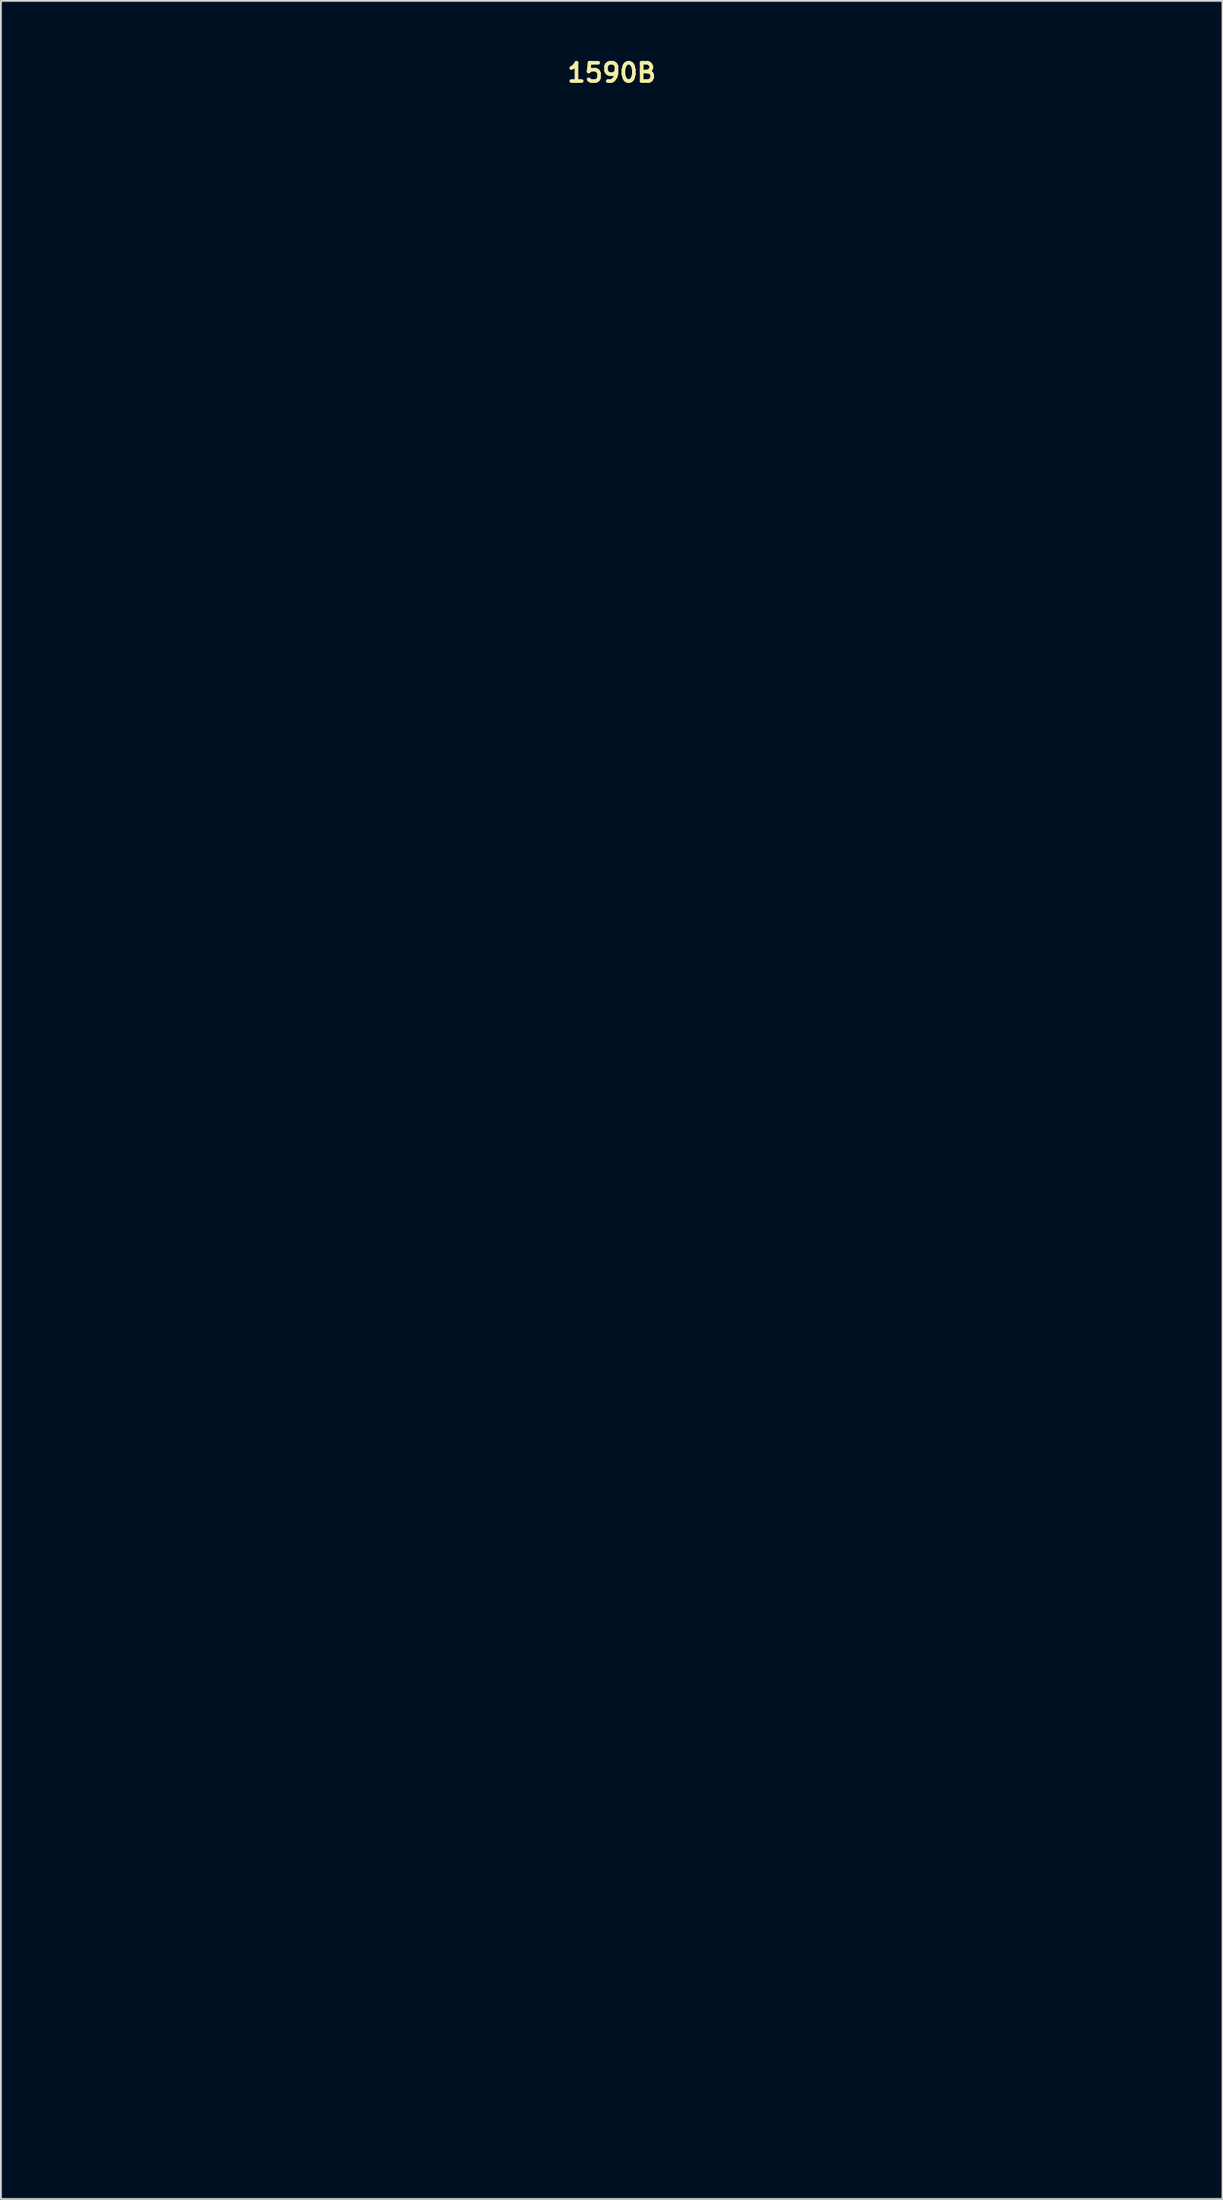
<source format=kicad_pcb>
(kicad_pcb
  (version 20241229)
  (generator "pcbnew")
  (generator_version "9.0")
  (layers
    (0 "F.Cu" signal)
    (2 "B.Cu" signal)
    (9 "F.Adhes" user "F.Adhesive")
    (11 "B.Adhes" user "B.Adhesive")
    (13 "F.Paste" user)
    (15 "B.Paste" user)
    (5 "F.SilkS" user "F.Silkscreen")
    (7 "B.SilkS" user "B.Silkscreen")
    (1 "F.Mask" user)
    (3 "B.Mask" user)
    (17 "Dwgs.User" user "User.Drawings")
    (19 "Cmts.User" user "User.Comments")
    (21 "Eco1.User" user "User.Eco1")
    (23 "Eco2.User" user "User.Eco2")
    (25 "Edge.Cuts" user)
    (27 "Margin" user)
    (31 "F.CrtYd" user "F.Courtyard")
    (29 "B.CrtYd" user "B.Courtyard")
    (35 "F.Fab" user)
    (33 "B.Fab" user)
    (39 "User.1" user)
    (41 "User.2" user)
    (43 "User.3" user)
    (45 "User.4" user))
  (footprint "1590B"
    (layer "F.Cu")
    (at 30.45 57.959)
    (property "Reference" "1590B" (at 0 -57.023 0) (layer "F.SilkS") (effects (font (size 1 1) (thickness 0.2))))
    (attr through_hole)
    (fp_line (start -30.25 -56.2) (end -30.25 56.2) (stroke (width 0.4) (type solid)) (layer "Eco1.User"))
    (fp_line (start -30.25 -56.2) (end 30.25 -56.2) (stroke (width 0.4) (type solid)) (layer "Eco1.User"))
    (fp_line (start -30.25 56.2) (end 30.25 56.2) (stroke (width 0.4) (type solid)) (layer "Eco1.User"))
    (fp_line (start -27.725 -53.525) (end -27.725 53.525) (stroke (width 0.4) (type solid)) (layer "Eco1.User"))
    (fp_line (start -27.725 -53.525) (end 27.725 -53.525) (stroke (width 0.4) (type solid)) (layer "Eco1.User"))
    (fp_line (start -27.725 -48.05) (end -25.25 -48.05) (stroke (width 0.4) (type solid)) (layer "Eco1.User"))
    (fp_line (start -27.725 48.19) (end -25.34 48.19) (stroke (width 0.4) (type solid)) (layer "Eco1.User"))
    (fp_line (start -27.725 53.525) (end 27.725 53.525) (stroke (width 0.4) (type solid)) (layer "Eco1.User"))
    (fp_line (start -22.34 51.19) (end -22.34 53.525) (stroke (width 0.4) (type solid)) (layer "Eco1.User"))
    (fp_line (start -22.25 -53.525) (end -22.25 -51.05) (stroke (width 0.4) (type solid)) (layer "Eco1.User"))
    (fp_line (start 22.25 -53.525) (end 22.25 -51.05) (stroke (width 0.4) (type solid)) (layer "Eco1.User"))
    (fp_line (start 22.25 51.05) (end 22.25 53.525) (stroke (width 0.4) (type solid)) (layer "Eco1.User"))
    (fp_line (start 25.25 -48.05) (end 27.725 -48.05) (stroke (width 0.4) (type solid)) (layer "Eco1.User"))
    (fp_line (start 25.25 48.05) (end 27.725 48.05) (stroke (width 0.4) (type solid)) (layer "Eco1.User"))
    (fp_line (start 27.725 -53.525) (end 27.725 53.525) (stroke (width 0.4) (type solid)) (layer "Eco1.User"))
    (fp_line (start 30.25 -56.2) (end 30.25 56.2) (stroke (width 0.4) (type solid)) (layer "Eco1.User"))
    (fp_arc (start -25.34 48.19) (mid -23.21868 49.06868) (end -22.34 51.19) (stroke (width 0.4) (type solid)) (layer "Eco1.User"))
    (fp_arc (start -22.25 -51.05) (mid -23.12868 -48.92868) (end -25.25 -48.05) (stroke (width 0.4) (type solid)) (layer "Eco1.User"))
    (fp_arc (start 22.25 51.05) (mid 23.12868 48.92868) (end 25.25 48.05) (stroke (width 0.4) (type solid)) (layer "Eco1.User"))
    (fp_arc (start 25.25 -48.05) (mid 23.12868 -48.92868) (end 22.25 -51.05) (stroke (width 0.4) (type solid)) (layer "Eco1.User"))
    (fp_circle (center -25.25 -51.05) (end -23.5 -51.05) (stroke (width 0.4) (type solid)) (fill no) (layer "Eco1.User"))
    (fp_circle (center -25.25 51.05) (end -23.5 51.05) (stroke (width 0.4) (type solid)) (fill no) (layer "Eco1.User"))
    (fp_circle (center 25.25 -51.05) (end 27 -51.05) (stroke (width 0.4) (type solid)) (fill no) (layer "Eco1.User"))
    (fp_circle (center 25.25 51.05) (end 27 51.05) (stroke (width 0.4) (type solid)) (fill no) (layer "Eco1.User")))
  (gr_rect
    (start -3 -3)
    (end 63.9 117.359)
    (stroke (width 0.1) (type default))
    (fill no)
    (layer "Edge.Cuts")))
</source>
